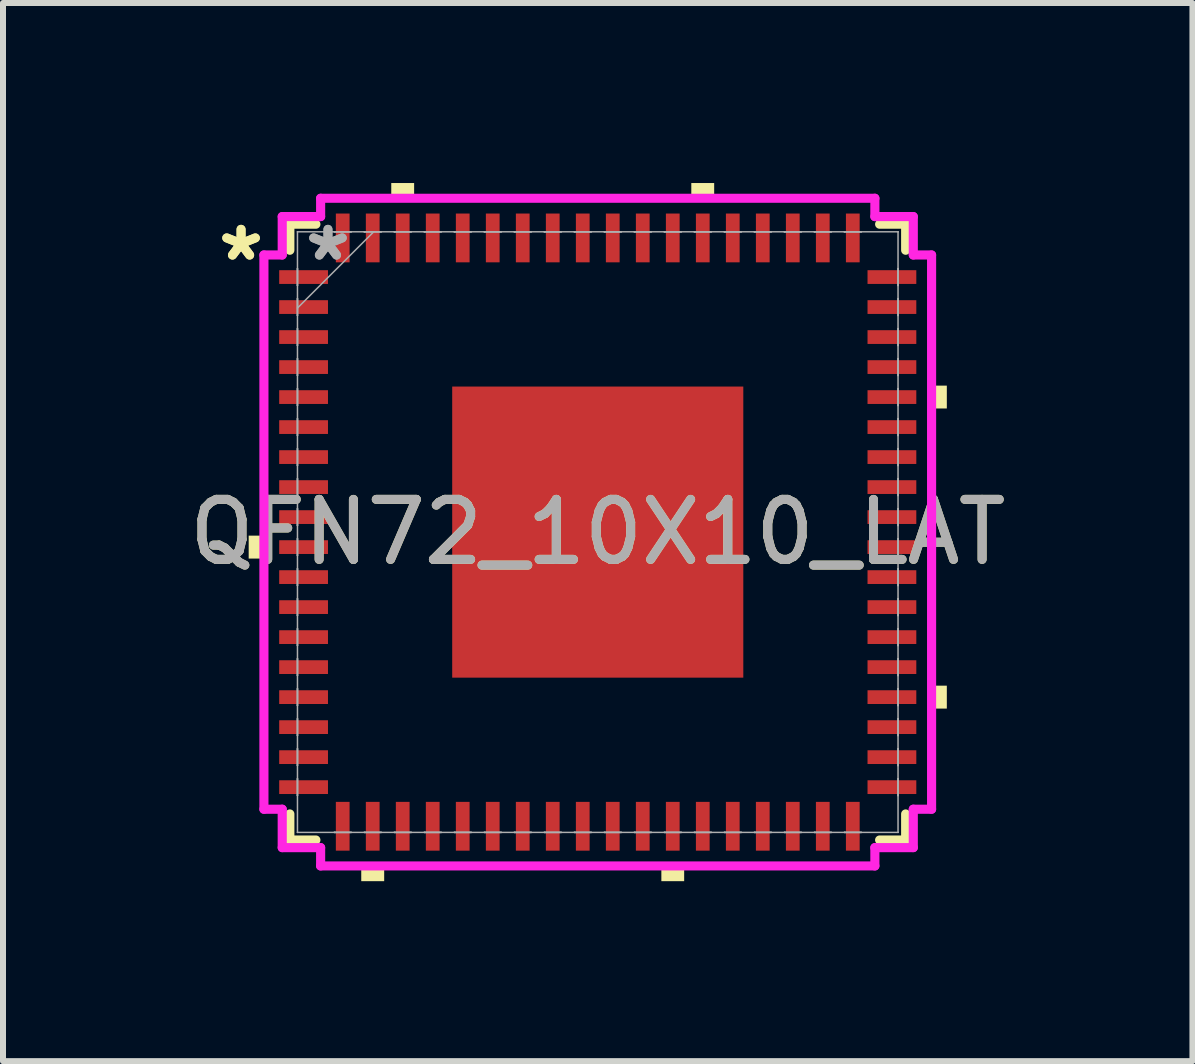
<source format=kicad_pcb>
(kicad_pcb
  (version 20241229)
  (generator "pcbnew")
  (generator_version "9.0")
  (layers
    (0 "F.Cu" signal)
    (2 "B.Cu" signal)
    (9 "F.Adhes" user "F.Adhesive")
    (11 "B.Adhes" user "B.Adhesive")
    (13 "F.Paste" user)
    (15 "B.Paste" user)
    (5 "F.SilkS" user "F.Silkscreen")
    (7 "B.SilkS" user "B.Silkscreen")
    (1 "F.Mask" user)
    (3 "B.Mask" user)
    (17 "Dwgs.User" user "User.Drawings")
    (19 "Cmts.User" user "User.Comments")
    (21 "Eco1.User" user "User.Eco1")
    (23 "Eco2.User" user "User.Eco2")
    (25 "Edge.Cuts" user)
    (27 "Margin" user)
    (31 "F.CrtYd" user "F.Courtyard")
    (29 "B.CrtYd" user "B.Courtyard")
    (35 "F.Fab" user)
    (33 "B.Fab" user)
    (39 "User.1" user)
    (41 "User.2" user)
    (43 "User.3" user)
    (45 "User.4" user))
  (footprint "QFN72_10X10_LAT"
    (layer "F.Cu")
    (at 6.911 5.817)
    (property "Reference" "QFN72_10X10_LAT" (at 0 0 0) (unlocked yes) (layer "F.SilkS") (effects (font (size 1 1) (thickness 0.15))))
    (attr smd)
    (fp_line (start -5.131 -5.131) (end -5.131 -4.697) (stroke (width 0.152) (type solid)) (layer "F.SilkS"))
    (fp_line (start -5.131 4.697) (end -5.131 5.131) (stroke (width 0.152) (type solid)) (layer "F.SilkS"))
    (fp_line (start -5.131 5.131) (end -4.697 5.131) (stroke (width 0.152) (type solid)) (layer "F.SilkS"))
    (fp_line (start -4.697 -5.131) (end -5.131 -5.131) (stroke (width 0.152) (type solid)) (layer "F.SilkS"))
    (fp_line (start 4.697 5.131) (end 5.131 5.131) (stroke (width 0.152) (type solid)) (layer "F.SilkS"))
    (fp_line (start 5.131 -5.131) (end 4.697 -5.131) (stroke (width 0.152) (type solid)) (layer "F.SilkS"))
    (fp_line (start 5.131 -4.697) (end 5.131 -5.131) (stroke (width 0.152) (type solid)) (layer "F.SilkS"))
    (fp_line (start 5.131 5.131) (end 5.131 4.697) (stroke (width 0.152) (type solid)) (layer "F.SilkS"))
    (fp_poly (pts (xy -5.817 0.059) (xy -5.817 0.441) (xy -5.563 0.441) (xy -5.563 0.059)) (stroke (width 0) (type solid)) (fill yes) (layer "F.SilkS"))
    (fp_poly (pts (xy -3.941 5.563) (xy -3.941 5.817) (xy -3.559 5.817) (xy -3.559 5.563)) (stroke (width 0) (type solid)) (fill yes) (layer "F.SilkS"))
    (fp_poly (pts (xy -3.441 -5.563) (xy -3.441 -5.817) (xy -3.06 -5.817) (xy -3.06 -5.563)) (stroke (width 0) (type solid)) (fill yes) (layer "F.SilkS"))
    (fp_poly (pts (xy 1.06 5.563) (xy 1.06 5.817) (xy 1.44 5.817) (xy 1.44 5.563)) (stroke (width 0) (type solid)) (fill yes) (layer "F.SilkS"))
    (fp_poly (pts (xy 1.559 -5.563) (xy 1.559 -5.817) (xy 1.94 -5.817) (xy 1.94 -5.563)) (stroke (width 0) (type solid)) (fill yes) (layer "F.SilkS"))
    (fp_poly (pts (xy 5.817 -2.441) (xy 5.817 -2.06) (xy 5.563 -2.06) (xy 5.563 -2.441)) (stroke (width 0) (type solid)) (fill yes) (layer "F.SilkS"))
    (fp_poly (pts (xy 5.817 2.559) (xy 5.817 2.941) (xy 5.563 2.941) (xy 5.563 2.559)) (stroke (width 0) (type solid)) (fill yes) (layer "F.SilkS"))
    (fp_poly (pts (xy -2.326 -2.326) (xy -2.326 -0.909) (xy -0.909 -0.909) (xy -0.909 -2.326)) (stroke (width 0) (type solid)) (fill yes) (layer "F.Paste"))
    (fp_poly (pts (xy -2.326 -0.709) (xy -2.326 0.709) (xy -0.909 0.709) (xy -0.909 -0.709)) (stroke (width 0) (type solid)) (fill yes) (layer "F.Paste"))
    (fp_poly (pts (xy -2.326 0.909) (xy -2.326 2.326) (xy -0.909 2.326) (xy -0.909 0.909)) (stroke (width 0) (type solid)) (fill yes) (layer "F.Paste"))
    (fp_poly (pts (xy -0.709 -2.326) (xy -0.709 -0.909) (xy 0.709 -0.909) (xy 0.709 -2.326)) (stroke (width 0) (type solid)) (fill yes) (layer "F.Paste"))
    (fp_poly (pts (xy -0.709 -0.709) (xy -0.709 0.709) (xy 0.709 0.709) (xy 0.709 -0.709)) (stroke (width 0) (type solid)) (fill yes) (layer "F.Paste"))
    (fp_poly (pts (xy -0.709 0.909) (xy -0.709 2.326) (xy 0.709 2.326) (xy 0.709 0.909)) (stroke (width 0) (type solid)) (fill yes) (layer "F.Paste"))
    (fp_poly (pts (xy 0.909 -2.326) (xy 0.909 -0.909) (xy 2.326 -0.909) (xy 2.326 -2.326)) (stroke (width 0) (type solid)) (fill yes) (layer "F.Paste"))
    (fp_poly (pts (xy 0.909 -0.709) (xy 0.909 0.709) (xy 2.326 0.709) (xy 2.326 -0.709)) (stroke (width 0) (type solid)) (fill yes) (layer "F.Paste"))
    (fp_poly (pts (xy 0.909 0.909) (xy 0.909 2.326) (xy 2.326 2.326) (xy 2.326 0.909)) (stroke (width 0) (type solid)) (fill yes) (layer "F.Paste"))
    (fp_line (start -5.563 -4.618) (end -5.258 -4.618) (stroke (width 0.152) (type solid)) (layer "F.CrtYd"))
    (fp_line (start -5.563 4.618) (end -5.563 -4.618) (stroke (width 0.152) (type solid)) (layer "F.CrtYd"))
    (fp_line (start -5.258 -5.258) (end -4.618 -5.258) (stroke (width 0.152) (type solid)) (layer "F.CrtYd"))
    (fp_line (start -5.258 -4.618) (end -5.258 -5.258) (stroke (width 0.152) (type solid)) (layer "F.CrtYd"))
    (fp_line (start -5.258 4.618) (end -5.563 4.618) (stroke (width 0.152) (type solid)) (layer "F.CrtYd"))
    (fp_line (start -5.258 5.258) (end -5.258 4.618) (stroke (width 0.152) (type solid)) (layer "F.CrtYd"))
    (fp_line (start -4.618 -5.563) (end 4.618 -5.563) (stroke (width 0.152) (type solid)) (layer "F.CrtYd"))
    (fp_line (start -4.618 -5.258) (end -4.618 -5.563) (stroke (width 0.152) (type solid)) (layer "F.CrtYd"))
    (fp_line (start -4.618 5.258) (end -5.258 5.258) (stroke (width 0.152) (type solid)) (layer "F.CrtYd"))
    (fp_line (start -4.618 5.563) (end -4.618 5.258) (stroke (width 0.152) (type solid)) (layer "F.CrtYd"))
    (fp_line (start 4.618 -5.563) (end 4.618 -5.258) (stroke (width 0.152) (type solid)) (layer "F.CrtYd"))
    (fp_line (start 4.618 -5.258) (end 5.258 -5.258) (stroke (width 0.152) (type solid)) (layer "F.CrtYd"))
    (fp_line (start 4.618 5.258) (end 4.618 5.563) (stroke (width 0.152) (type solid)) (layer "F.CrtYd"))
    (fp_line (start 4.618 5.563) (end -4.618 5.563) (stroke (width 0.152) (type solid)) (layer "F.CrtYd"))
    (fp_line (start 5.258 -5.258) (end 5.258 -4.618) (stroke (width 0.152) (type solid)) (layer "F.CrtYd"))
    (fp_line (start 5.258 -4.618) (end 5.563 -4.618) (stroke (width 0.152) (type solid)) (layer "F.CrtYd"))
    (fp_line (start 5.258 4.618) (end 5.258 5.258) (stroke (width 0.152) (type solid)) (layer "F.CrtYd"))
    (fp_line (start 5.258 5.258) (end 4.618 5.258) (stroke (width 0.152) (type solid)) (layer "F.CrtYd"))
    (fp_line (start 5.563 -4.618) (end 5.563 4.618) (stroke (width 0.152) (type solid)) (layer "F.CrtYd"))
    (fp_line (start 5.563 4.618) (end 5.258 4.618) (stroke (width 0.152) (type solid)) (layer "F.CrtYd"))
    (fp_line (start -5.004 -5.004) (end -5.004 -5.004) (stroke (width 0.025) (type solid)) (layer "F.Fab"))
    (fp_line (start -5.004 -5.004) (end -5.004 5.004) (stroke (width 0.025) (type solid)) (layer "F.Fab"))
    (fp_line (start -5.004 -4.39) (end -5.004 -4.39) (stroke (width 0.025) (type solid)) (layer "F.Fab"))
    (fp_line (start -5.004 -4.39) (end -5.004 -4.11) (stroke (width 0.025) (type solid)) (layer "F.Fab"))
    (fp_line (start -5.004 -4.11) (end -5.004 -4.39) (stroke (width 0.025) (type solid)) (layer "F.Fab"))
    (fp_line (start -5.004 -4.11) (end -5.004 -4.11) (stroke (width 0.025) (type solid)) (layer "F.Fab"))
    (fp_line (start -5.004 -3.89) (end -5.004 -3.89) (stroke (width 0.025) (type solid)) (layer "F.Fab"))
    (fp_line (start -5.004 -3.89) (end -5.004 -3.61) (stroke (width 0.025) (type solid)) (layer "F.Fab"))
    (fp_line (start -5.004 -3.734) (end -3.734 -5.004) (stroke (width 0.025) (type solid)) (layer "F.Fab"))
    (fp_line (start -5.004 -3.61) (end -5.004 -3.89) (stroke (width 0.025) (type solid)) (layer "F.Fab"))
    (fp_line (start -5.004 -3.61) (end -5.004 -3.61) (stroke (width 0.025) (type solid)) (layer "F.Fab"))
    (fp_line (start -5.004 -3.39) (end -5.004 -3.39) (stroke (width 0.025) (type solid)) (layer "F.Fab"))
    (fp_line (start -5.004 -3.39) (end -5.004 -3.11) (stroke (width 0.025) (type solid)) (layer "F.Fab"))
    (fp_line (start -5.004 -3.11) (end -5.004 -3.39) (stroke (width 0.025) (type solid)) (layer "F.Fab"))
    (fp_line (start -5.004 -3.11) (end -5.004 -3.11) (stroke (width 0.025) (type solid)) (layer "F.Fab"))
    (fp_line (start -5.004 -2.89) (end -5.004 -2.89) (stroke (width 0.025) (type solid)) (layer "F.Fab"))
    (fp_line (start -5.004 -2.89) (end -5.004 -2.61) (stroke (width 0.025) (type solid)) (layer "F.Fab"))
    (fp_line (start -5.004 -2.61) (end -5.004 -2.89) (stroke (width 0.025) (type solid)) (layer "F.Fab"))
    (fp_line (start -5.004 -2.61) (end -5.004 -2.61) (stroke (width 0.025) (type solid)) (layer "F.Fab"))
    (fp_line (start -5.004 -2.39) (end -5.004 -2.39) (stroke (width 0.025) (type solid)) (layer "F.Fab"))
    (fp_line (start -5.004 -2.39) (end -5.004 -2.11) (stroke (width 0.025) (type solid)) (layer "F.Fab"))
    (fp_line (start -5.004 -2.11) (end -5.004 -2.39) (stroke (width 0.025) (type solid)) (layer "F.Fab"))
    (fp_line (start -5.004 -2.11) (end -5.004 -2.11) (stroke (width 0.025) (type solid)) (layer "F.Fab"))
    (fp_line (start -5.004 -1.89) (end -5.004 -1.89) (stroke (width 0.025) (type solid)) (layer "F.Fab"))
    (fp_line (start -5.004 -1.89) (end -5.004 -1.61) (stroke (width 0.025) (type solid)) (layer "F.Fab"))
    (fp_line (start -5.004 -1.61) (end -5.004 -1.89) (stroke (width 0.025) (type solid)) (layer "F.Fab"))
    (fp_line (start -5.004 -1.61) (end -5.004 -1.61) (stroke (width 0.025) (type solid)) (layer "F.Fab"))
    (fp_line (start -5.004 -1.39) (end -5.004 -1.39) (stroke (width 0.025) (type solid)) (layer "F.Fab"))
    (fp_line (start -5.004 -1.39) (end -5.004 -1.11) (stroke (width 0.025) (type solid)) (layer "F.Fab"))
    (fp_line (start -5.004 -1.11) (end -5.004 -1.39) (stroke (width 0.025) (type solid)) (layer "F.Fab"))
    (fp_line (start -5.004 -1.11) (end -5.004 -1.11) (stroke (width 0.025) (type solid)) (layer "F.Fab"))
    (fp_line (start -5.004 -0.89) (end -5.004 -0.89) (stroke (width 0.025) (type solid)) (layer "F.Fab"))
    (fp_line (start -5.004 -0.89) (end -5.004 -0.61) (stroke (width 0.025) (type solid)) (layer "F.Fab"))
    (fp_line (start -5.004 -0.61) (end -5.004 -0.89) (stroke (width 0.025) (type solid)) (layer "F.Fab"))
    (fp_line (start -5.004 -0.61) (end -5.004 -0.61) (stroke (width 0.025) (type solid)) (layer "F.Fab"))
    (fp_line (start -5.004 -0.39) (end -5.004 -0.39) (stroke (width 0.025) (type solid)) (layer "F.Fab"))
    (fp_line (start -5.004 -0.39) (end -5.004 -0.11) (stroke (width 0.025) (type solid)) (layer "F.Fab"))
    (fp_line (start -5.004 -0.11) (end -5.004 -0.39) (stroke (width 0.025) (type solid)) (layer "F.Fab"))
    (fp_line (start -5.004 -0.11) (end -5.004 -0.11) (stroke (width 0.025) (type solid)) (layer "F.Fab"))
    (fp_line (start -5.004 0.11) (end -5.004 0.11) (stroke (width 0.025) (type solid)) (layer "F.Fab"))
    (fp_line (start -5.004 0.11) (end -5.004 0.39) (stroke (width 0.025) (type solid)) (layer "F.Fab"))
    (fp_line (start -5.004 0.39) (end -5.004 0.11) (stroke (width 0.025) (type solid)) (layer "F.Fab"))
    (fp_line (start -5.004 0.39) (end -5.004 0.39) (stroke (width 0.025) (type solid)) (layer "F.Fab"))
    (fp_line (start -5.004 0.61) (end -5.004 0.61) (stroke (width 0.025) (type solid)) (layer "F.Fab"))
    (fp_line (start -5.004 0.61) (end -5.004 0.89) (stroke (width 0.025) (type solid)) (layer "F.Fab"))
    (fp_line (start -5.004 0.89) (end -5.004 0.61) (stroke (width 0.025) (type solid)) (layer "F.Fab"))
    (fp_line (start -5.004 0.89) (end -5.004 0.89) (stroke (width 0.025) (type solid)) (layer "F.Fab"))
    (fp_line (start -5.004 1.11) (end -5.004 1.11) (stroke (width 0.025) (type solid)) (layer "F.Fab"))
    (fp_line (start -5.004 1.11) (end -5.004 1.39) (stroke (width 0.025) (type solid)) (layer "F.Fab"))
    (fp_line (start -5.004 1.39) (end -5.004 1.11) (stroke (width 0.025) (type solid)) (layer "F.Fab"))
    (fp_line (start -5.004 1.39) (end -5.004 1.39) (stroke (width 0.025) (type solid)) (layer "F.Fab"))
    (fp_line (start -5.004 1.61) (end -5.004 1.61) (stroke (width 0.025) (type solid)) (layer "F.Fab"))
    (fp_line (start -5.004 1.61) (end -5.004 1.89) (stroke (width 0.025) (type solid)) (layer "F.Fab"))
    (fp_line (start -5.004 1.89) (end -5.004 1.61) (stroke (width 0.025) (type solid)) (layer "F.Fab"))
    (fp_line (start -5.004 1.89) (end -5.004 1.89) (stroke (width 0.025) (type solid)) (layer "F.Fab"))
    (fp_line (start -5.004 2.11) (end -5.004 2.11) (stroke (width 0.025) (type solid)) (layer "F.Fab"))
    (fp_line (start -5.004 2.11) (end -5.004 2.39) (stroke (width 0.025) (type solid)) (layer "F.Fab"))
    (fp_line (start -5.004 2.39) (end -5.004 2.11) (stroke (width 0.025) (type solid)) (layer "F.Fab"))
    (fp_line (start -5.004 2.39) (end -5.004 2.39) (stroke (width 0.025) (type solid)) (layer "F.Fab"))
    (fp_line (start -5.004 2.61) (end -5.004 2.61) (stroke (width 0.025) (type solid)) (layer "F.Fab"))
    (fp_line (start -5.004 2.61) (end -5.004 2.89) (stroke (width 0.025) (type solid)) (layer "F.Fab"))
    (fp_line (start -5.004 2.89) (end -5.004 2.61) (stroke (width 0.025) (type solid)) (layer "F.Fab"))
    (fp_line (start -5.004 2.89) (end -5.004 2.89) (stroke (width 0.025) (type solid)) (layer "F.Fab"))
    (fp_line (start -5.004 3.11) (end -5.004 3.11) (stroke (width 0.025) (type solid)) (layer "F.Fab"))
    (fp_line (start -5.004 3.11) (end -5.004 3.39) (stroke (width 0.025) (type solid)) (layer "F.Fab"))
    (fp_line (start -5.004 3.39) (end -5.004 3.11) (stroke (width 0.025) (type solid)) (layer "F.Fab"))
    (fp_line (start -5.004 3.39) (end -5.004 3.39) (stroke (width 0.025) (type solid)) (layer "F.Fab"))
    (fp_line (start -5.004 3.61) (end -5.004 3.61) (stroke (width 0.025) (type solid)) (layer "F.Fab"))
    (fp_line (start -5.004 3.61) (end -5.004 3.89) (stroke (width 0.025) (type solid)) (layer "F.Fab"))
    (fp_line (start -5.004 3.89) (end -5.004 3.61) (stroke (width 0.025) (type solid)) (layer "F.Fab"))
    (fp_line (start -5.004 3.89) (end -5.004 3.89) (stroke (width 0.025) (type solid)) (layer "F.Fab"))
    (fp_line (start -5.004 4.11) (end -5.004 4.11) (stroke (width 0.025) (type solid)) (layer "F.Fab"))
    (fp_line (start -5.004 4.11) (end -5.004 4.39) (stroke (width 0.025) (type solid)) (layer "F.Fab"))
    (fp_line (start -5.004 4.39) (end -5.004 4.11) (stroke (width 0.025) (type solid)) (layer "F.Fab"))
    (fp_line (start -5.004 4.39) (end -5.004 4.39) (stroke (width 0.025) (type solid)) (layer "F.Fab"))
    (fp_line (start -5.004 5.004) (end -5.004 5.004) (stroke (width 0.025) (type solid)) (layer "F.Fab"))
    (fp_line (start -5.004 5.004) (end 5.004 5.004) (stroke (width 0.025) (type solid)) (layer "F.Fab"))
    (fp_line (start -4.39 -5.004) (end -4.39 -5.004) (stroke (width 0.025) (type solid)) (layer "F.Fab"))
    (fp_line (start -4.39 -5.004) (end -4.11 -5.004) (stroke (width 0.025) (type solid)) (layer "F.Fab"))
    (fp_line (start -4.39 5.004) (end -4.39 5.004) (stroke (width 0.025) (type solid)) (layer "F.Fab"))
    (fp_line (start -4.39 5.004) (end -4.11 5.004) (stroke (width 0.025) (type solid)) (layer "F.Fab"))
    (fp_line (start -4.11 -5.004) (end -4.39 -5.004) (stroke (width 0.025) (type solid)) (layer "F.Fab"))
    (fp_line (start -4.11 -5.004) (end -4.11 -5.004) (stroke (width 0.025) (type solid)) (layer "F.Fab"))
    (fp_line (start -4.11 5.004) (end -4.39 5.004) (stroke (width 0.025) (type solid)) (layer "F.Fab"))
    (fp_line (start -4.11 5.004) (end -4.11 5.004) (stroke (width 0.025) (type solid)) (layer "F.Fab"))
    (fp_line (start -3.89 -5.004) (end -3.89 -5.004) (stroke (width 0.025) (type solid)) (layer "F.Fab"))
    (fp_line (start -3.89 -5.004) (end -3.61 -5.004) (stroke (width 0.025) (type solid)) (layer "F.Fab"))
    (fp_line (start -3.89 5.004) (end -3.89 5.004) (stroke (width 0.025) (type solid)) (layer "F.Fab"))
    (fp_line (start -3.89 5.004) (end -3.61 5.004) (stroke (width 0.025) (type solid)) (layer "F.Fab"))
    (fp_line (start -3.61 -5.004) (end -3.89 -5.004) (stroke (width 0.025) (type solid)) (layer "F.Fab"))
    (fp_line (start -3.61 -5.004) (end -3.61 -5.004) (stroke (width 0.025) (type solid)) (layer "F.Fab"))
    (fp_line (start -3.61 5.004) (end -3.89 5.004) (stroke (width 0.025) (type solid)) (layer "F.Fab"))
    (fp_line (start -3.61 5.004) (end -3.61 5.004) (stroke (width 0.025) (type solid)) (layer "F.Fab"))
    (fp_line (start -3.39 -5.004) (end -3.39 -5.004) (stroke (width 0.025) (type solid)) (layer "F.Fab"))
    (fp_line (start -3.39 -5.004) (end -3.11 -5.004) (stroke (width 0.025) (type solid)) (layer "F.Fab"))
    (fp_line (start -3.39 5.004) (end -3.39 5.004) (stroke (width 0.025) (type solid)) (layer "F.Fab"))
    (fp_line (start -3.39 5.004) (end -3.11 5.004) (stroke (width 0.025) (type solid)) (layer "F.Fab"))
    (fp_line (start -3.11 -5.004) (end -3.39 -5.004) (stroke (width 0.025) (type solid)) (layer "F.Fab"))
    (fp_line (start -3.11 -5.004) (end -3.11 -5.004) (stroke (width 0.025) (type solid)) (layer "F.Fab"))
    (fp_line (start -3.11 5.004) (end -3.39 5.004) (stroke (width 0.025) (type solid)) (layer "F.Fab"))
    (fp_line (start -3.11 5.004) (end -3.11 5.004) (stroke (width 0.025) (type solid)) (layer "F.Fab"))
    (fp_line (start -2.89 -5.004) (end -2.89 -5.004) (stroke (width 0.025) (type solid)) (layer "F.Fab"))
    (fp_line (start -2.89 -5.004) (end -2.61 -5.004) (stroke (width 0.025) (type solid)) (layer "F.Fab"))
    (fp_line (start -2.89 5.004) (end -2.89 5.004) (stroke (width 0.025) (type solid)) (layer "F.Fab"))
    (fp_line (start -2.89 5.004) (end -2.61 5.004) (stroke (width 0.025) (type solid)) (layer "F.Fab"))
    (fp_line (start -2.61 -5.004) (end -2.89 -5.004) (stroke (width 0.025) (type solid)) (layer "F.Fab"))
    (fp_line (start -2.61 -5.004) (end -2.61 -5.004) (stroke (width 0.025) (type solid)) (layer "F.Fab"))
    (fp_line (start -2.61 5.004) (end -2.89 5.004) (stroke (width 0.025) (type solid)) (layer "F.Fab"))
    (fp_line (start -2.61 5.004) (end -2.61 5.004) (stroke (width 0.025) (type solid)) (layer "F.Fab"))
    (fp_line (start -2.39 -5.004) (end -2.39 -5.004) (stroke (width 0.025) (type solid)) (layer "F.Fab"))
    (fp_line (start -2.39 -5.004) (end -2.11 -5.004) (stroke (width 0.025) (type solid)) (layer "F.Fab"))
    (fp_line (start -2.39 5.004) (end -2.39 5.004) (stroke (width 0.025) (type solid)) (layer "F.Fab"))
    (fp_line (start -2.39 5.004) (end -2.11 5.004) (stroke (width 0.025) (type solid)) (layer "F.Fab"))
    (fp_line (start -2.11 -5.004) (end -2.39 -5.004) (stroke (width 0.025) (type solid)) (layer "F.Fab"))
    (fp_line (start -2.11 -5.004) (end -2.11 -5.004) (stroke (width 0.025) (type solid)) (layer "F.Fab"))
    (fp_line (start -2.11 5.004) (end -2.39 5.004) (stroke (width 0.025) (type solid)) (layer "F.Fab"))
    (fp_line (start -2.11 5.004) (end -2.11 5.004) (stroke (width 0.025) (type solid)) (layer "F.Fab"))
    (fp_line (start -1.89 -5.004) (end -1.89 -5.004) (stroke (width 0.025) (type solid)) (layer "F.Fab"))
    (fp_line (start -1.89 -5.004) (end -1.61 -5.004) (stroke (width 0.025) (type solid)) (layer "F.Fab"))
    (fp_line (start -1.89 5.004) (end -1.89 5.004) (stroke (width 0.025) (type solid)) (layer "F.Fab"))
    (fp_line (start -1.89 5.004) (end -1.61 5.004) (stroke (width 0.025) (type solid)) (layer "F.Fab"))
    (fp_line (start -1.61 -5.004) (end -1.89 -5.004) (stroke (width 0.025) (type solid)) (layer "F.Fab"))
    (fp_line (start -1.61 -5.004) (end -1.61 -5.004) (stroke (width 0.025) (type solid)) (layer "F.Fab"))
    (fp_line (start -1.61 5.004) (end -1.89 5.004) (stroke (width 0.025) (type solid)) (layer "F.Fab"))
    (fp_line (start -1.61 5.004) (end -1.61 5.004) (stroke (width 0.025) (type solid)) (layer "F.Fab"))
    (fp_line (start -1.39 -5.004) (end -1.39 -5.004) (stroke (width 0.025) (type solid)) (layer "F.Fab"))
    (fp_line (start -1.39 -5.004) (end -1.11 -5.004) (stroke (width 0.025) (type solid)) (layer "F.Fab"))
    (fp_line (start -1.39 5.004) (end -1.39 5.004) (stroke (width 0.025) (type solid)) (layer "F.Fab"))
    (fp_line (start -1.39 5.004) (end -1.11 5.004) (stroke (width 0.025) (type solid)) (layer "F.Fab"))
    (fp_line (start -1.11 -5.004) (end -1.39 -5.004) (stroke (width 0.025) (type solid)) (layer "F.Fab"))
    (fp_line (start -1.11 -5.004) (end -1.11 -5.004) (stroke (width 0.025) (type solid)) (layer "F.Fab"))
    (fp_line (start -1.11 5.004) (end -1.39 5.004) (stroke (width 0.025) (type solid)) (layer "F.Fab"))
    (fp_line (start -1.11 5.004) (end -1.11 5.004) (stroke (width 0.025) (type solid)) (layer "F.Fab"))
    (fp_line (start -0.89 -5.004) (end -0.89 -5.004) (stroke (width 0.025) (type solid)) (layer "F.Fab"))
    (fp_line (start -0.89 -5.004) (end -0.61 -5.004) (stroke (width 0.025) (type solid)) (layer "F.Fab"))
    (fp_line (start -0.89 5.004) (end -0.89 5.004) (stroke (width 0.025) (type solid)) (layer "F.Fab"))
    (fp_line (start -0.89 5.004) (end -0.61 5.004) (stroke (width 0.025) (type solid)) (layer "F.Fab"))
    (fp_line (start -0.61 -5.004) (end -0.89 -5.004) (stroke (width 0.025) (type solid)) (layer "F.Fab"))
    (fp_line (start -0.61 -5.004) (end -0.61 -5.004) (stroke (width 0.025) (type solid)) (layer "F.Fab"))
    (fp_line (start -0.61 5.004) (end -0.89 5.004) (stroke (width 0.025) (type solid)) (layer "F.Fab"))
    (fp_line (start -0.61 5.004) (end -0.61 5.004) (stroke (width 0.025) (type solid)) (layer "F.Fab"))
    (fp_line (start -0.39 -5.004) (end -0.39 -5.004) (stroke (width 0.025) (type solid)) (layer "F.Fab"))
    (fp_line (start -0.39 -5.004) (end -0.11 -5.004) (stroke (width 0.025) (type solid)) (layer "F.Fab"))
    (fp_line (start -0.39 5.004) (end -0.39 5.004) (stroke (width 0.025) (type solid)) (layer "F.Fab"))
    (fp_line (start -0.39 5.004) (end -0.11 5.004) (stroke (width 0.025) (type solid)) (layer "F.Fab"))
    (fp_line (start -0.11 -5.004) (end -0.39 -5.004) (stroke (width 0.025) (type solid)) (layer "F.Fab"))
    (fp_line (start -0.11 -5.004) (end -0.11 -5.004) (stroke (width 0.025) (type solid)) (layer "F.Fab"))
    (fp_line (start -0.11 5.004) (end -0.39 5.004) (stroke (width 0.025) (type solid)) (layer "F.Fab"))
    (fp_line (start -0.11 5.004) (end -0.11 5.004) (stroke (width 0.025) (type solid)) (layer "F.Fab"))
    (fp_line (start 0.11 -5.004) (end 0.11 -5.004) (stroke (width 0.025) (type solid)) (layer "F.Fab"))
    (fp_line (start 0.11 -5.004) (end 0.39 -5.004) (stroke (width 0.025) (type solid)) (layer "F.Fab"))
    (fp_line (start 0.11 5.004) (end 0.11 5.004) (stroke (width 0.025) (type solid)) (layer "F.Fab"))
    (fp_line (start 0.11 5.004) (end 0.39 5.004) (stroke (width 0.025) (type solid)) (layer "F.Fab"))
    (fp_line (start 0.39 -5.004) (end 0.11 -5.004) (stroke (width 0.025) (type solid)) (layer "F.Fab"))
    (fp_line (start 0.39 -5.004) (end 0.39 -5.004) (stroke (width 0.025) (type solid)) (layer "F.Fab"))
    (fp_line (start 0.39 5.004) (end 0.11 5.004) (stroke (width 0.025) (type solid)) (layer "F.Fab"))
    (fp_line (start 0.39 5.004) (end 0.39 5.004) (stroke (width 0.025) (type solid)) (layer "F.Fab"))
    (fp_line (start 0.61 -5.004) (end 0.61 -5.004) (stroke (width 0.025) (type solid)) (layer "F.Fab"))
    (fp_line (start 0.61 -5.004) (end 0.89 -5.004) (stroke (width 0.025) (type solid)) (layer "F.Fab"))
    (fp_line (start 0.61 5.004) (end 0.61 5.004) (stroke (width 0.025) (type solid)) (layer "F.Fab"))
    (fp_line (start 0.61 5.004) (end 0.89 5.004) (stroke (width 0.025) (type solid)) (layer "F.Fab"))
    (fp_line (start 0.89 -5.004) (end 0.61 -5.004) (stroke (width 0.025) (type solid)) (layer "F.Fab"))
    (fp_line (start 0.89 -5.004) (end 0.89 -5.004) (stroke (width 0.025) (type solid)) (layer "F.Fab"))
    (fp_line (start 0.89 5.004) (end 0.61 5.004) (stroke (width 0.025) (type solid)) (layer "F.Fab"))
    (fp_line (start 0.89 5.004) (end 0.89 5.004) (stroke (width 0.025) (type solid)) (layer "F.Fab"))
    (fp_line (start 1.11 -5.004) (end 1.11 -5.004) (stroke (width 0.025) (type solid)) (layer "F.Fab"))
    (fp_line (start 1.11 -5.004) (end 1.39 -5.004) (stroke (width 0.025) (type solid)) (layer "F.Fab"))
    (fp_line (start 1.11 5.004) (end 1.11 5.004) (stroke (width 0.025) (type solid)) (layer "F.Fab"))
    (fp_line (start 1.11 5.004) (end 1.39 5.004) (stroke (width 0.025) (type solid)) (layer "F.Fab"))
    (fp_line (start 1.39 -5.004) (end 1.11 -5.004) (stroke (width 0.025) (type solid)) (layer "F.Fab"))
    (fp_line (start 1.39 -5.004) (end 1.39 -5.004) (stroke (width 0.025) (type solid)) (layer "F.Fab"))
    (fp_line (start 1.39 5.004) (end 1.11 5.004) (stroke (width 0.025) (type solid)) (layer "F.Fab"))
    (fp_line (start 1.39 5.004) (end 1.39 5.004) (stroke (width 0.025) (type solid)) (layer "F.Fab"))
    (fp_line (start 1.61 -5.004) (end 1.61 -5.004) (stroke (width 0.025) (type solid)) (layer "F.Fab"))
    (fp_line (start 1.61 -5.004) (end 1.89 -5.004) (stroke (width 0.025) (type solid)) (layer "F.Fab"))
    (fp_line (start 1.61 5.004) (end 1.61 5.004) (stroke (width 0.025) (type solid)) (layer "F.Fab"))
    (fp_line (start 1.61 5.004) (end 1.89 5.004) (stroke (width 0.025) (type solid)) (layer "F.Fab"))
    (fp_line (start 1.89 -5.004) (end 1.61 -5.004) (stroke (width 0.025) (type solid)) (layer "F.Fab"))
    (fp_line (start 1.89 -5.004) (end 1.89 -5.004) (stroke (width 0.025) (type solid)) (layer "F.Fab"))
    (fp_line (start 1.89 5.004) (end 1.61 5.004) (stroke (width 0.025) (type solid)) (layer "F.Fab"))
    (fp_line (start 1.89 5.004) (end 1.89 5.004) (stroke (width 0.025) (type solid)) (layer "F.Fab"))
    (fp_line (start 2.11 -5.004) (end 2.11 -5.004) (stroke (width 0.025) (type solid)) (layer "F.Fab"))
    (fp_line (start 2.11 -5.004) (end 2.39 -5.004) (stroke (width 0.025) (type solid)) (layer "F.Fab"))
    (fp_line (start 2.11 5.004) (end 2.11 5.004) (stroke (width 0.025) (type solid)) (layer "F.Fab"))
    (fp_line (start 2.11 5.004) (end 2.39 5.004) (stroke (width 0.025) (type solid)) (layer "F.Fab"))
    (fp_line (start 2.39 -5.004) (end 2.11 -5.004) (stroke (width 0.025) (type solid)) (layer "F.Fab"))
    (fp_line (start 2.39 -5.004) (end 2.39 -5.004) (stroke (width 0.025) (type solid)) (layer "F.Fab"))
    (fp_line (start 2.39 5.004) (end 2.11 5.004) (stroke (width 0.025) (type solid)) (layer "F.Fab"))
    (fp_line (start 2.39 5.004) (end 2.39 5.004) (stroke (width 0.025) (type solid)) (layer "F.Fab"))
    (fp_line (start 2.61 -5.004) (end 2.61 -5.004) (stroke (width 0.025) (type solid)) (layer "F.Fab"))
    (fp_line (start 2.61 -5.004) (end 2.89 -5.004) (stroke (width 0.025) (type solid)) (layer "F.Fab"))
    (fp_line (start 2.61 5.004) (end 2.61 5.004) (stroke (width 0.025) (type solid)) (layer "F.Fab"))
    (fp_line (start 2.61 5.004) (end 2.89 5.004) (stroke (width 0.025) (type solid)) (layer "F.Fab"))
    (fp_line (start 2.89 -5.004) (end 2.61 -5.004) (stroke (width 0.025) (type solid)) (layer "F.Fab"))
    (fp_line (start 2.89 -5.004) (end 2.89 -5.004) (stroke (width 0.025) (type solid)) (layer "F.Fab"))
    (fp_line (start 2.89 5.004) (end 2.61 5.004) (stroke (width 0.025) (type solid)) (layer "F.Fab"))
    (fp_line (start 2.89 5.004) (end 2.89 5.004) (stroke (width 0.025) (type solid)) (layer "F.Fab"))
    (fp_line (start 3.11 -5.004) (end 3.11 -5.004) (stroke (width 0.025) (type solid)) (layer "F.Fab"))
    (fp_line (start 3.11 -5.004) (end 3.39 -5.004) (stroke (width 0.025) (type solid)) (layer "F.Fab"))
    (fp_line (start 3.11 5.004) (end 3.11 5.004) (stroke (width 0.025) (type solid)) (layer "F.Fab"))
    (fp_line (start 3.11 5.004) (end 3.39 5.004) (stroke (width 0.025) (type solid)) (layer "F.Fab"))
    (fp_line (start 3.39 -5.004) (end 3.11 -5.004) (stroke (width 0.025) (type solid)) (layer "F.Fab"))
    (fp_line (start 3.39 -5.004) (end 3.39 -5.004) (stroke (width 0.025) (type solid)) (layer "F.Fab"))
    (fp_line (start 3.39 5.004) (end 3.11 5.004) (stroke (width 0.025) (type solid)) (layer "F.Fab"))
    (fp_line (start 3.39 5.004) (end 3.39 5.004) (stroke (width 0.025) (type solid)) (layer "F.Fab"))
    (fp_line (start 3.61 -5.004) (end 3.61 -5.004) (stroke (width 0.025) (type solid)) (layer "F.Fab"))
    (fp_line (start 3.61 -5.004) (end 3.89 -5.004) (stroke (width 0.025) (type solid)) (layer "F.Fab"))
    (fp_line (start 3.61 5.004) (end 3.61 5.004) (stroke (width 0.025) (type solid)) (layer "F.Fab"))
    (fp_line (start 3.61 5.004) (end 3.89 5.004) (stroke (width 0.025) (type solid)) (layer "F.Fab"))
    (fp_line (start 3.89 -5.004) (end 3.61 -5.004) (stroke (width 0.025) (type solid)) (layer "F.Fab"))
    (fp_line (start 3.89 -5.004) (end 3.89 -5.004) (stroke (width 0.025) (type solid)) (layer "F.Fab"))
    (fp_line (start 3.89 5.004) (end 3.61 5.004) (stroke (width 0.025) (type solid)) (layer "F.Fab"))
    (fp_line (start 3.89 5.004) (end 3.89 5.004) (stroke (width 0.025) (type solid)) (layer "F.Fab"))
    (fp_line (start 4.11 -5.004) (end 4.11 -5.004) (stroke (width 0.025) (type solid)) (layer "F.Fab"))
    (fp_line (start 4.11 -5.004) (end 4.39 -5.004) (stroke (width 0.025) (type solid)) (layer "F.Fab"))
    (fp_line (start 4.11 5.004) (end 4.11 5.004) (stroke (width 0.025) (type solid)) (layer "F.Fab"))
    (fp_line (start 4.11 5.004) (end 4.39 5.004) (stroke (width 0.025) (type solid)) (layer "F.Fab"))
    (fp_line (start 4.39 -5.004) (end 4.11 -5.004) (stroke (width 0.025) (type solid)) (layer "F.Fab"))
    (fp_line (start 4.39 -5.004) (end 4.39 -5.004) (stroke (width 0.025) (type solid)) (layer "F.Fab"))
    (fp_line (start 4.39 5.004) (end 4.11 5.004) (stroke (width 0.025) (type solid)) (layer "F.Fab"))
    (fp_line (start 4.39 5.004) (end 4.39 5.004) (stroke (width 0.025) (type solid)) (layer "F.Fab"))
    (fp_line (start 5.004 -5.004) (end -5.004 -5.004) (stroke (width 0.025) (type solid)) (layer "F.Fab"))
    (fp_line (start 5.004 -5.004) (end 5.004 -5.004) (stroke (width 0.025) (type solid)) (layer "F.Fab"))
    (fp_line (start 5.004 -4.39) (end 5.004 -4.39) (stroke (width 0.025) (type solid)) (layer "F.Fab"))
    (fp_line (start 5.004 -4.39) (end 5.004 -4.11) (stroke (width 0.025) (type solid)) (layer "F.Fab"))
    (fp_line (start 5.004 -4.11) (end 5.004 -4.39) (stroke (width 0.025) (type solid)) (layer "F.Fab"))
    (fp_line (start 5.004 -4.11) (end 5.004 -4.11) (stroke (width 0.025) (type solid)) (layer "F.Fab"))
    (fp_line (start 5.004 -3.89) (end 5.004 -3.89) (stroke (width 0.025) (type solid)) (layer "F.Fab"))
    (fp_line (start 5.004 -3.89) (end 5.004 -3.61) (stroke (width 0.025) (type solid)) (layer "F.Fab"))
    (fp_line (start 5.004 -3.61) (end 5.004 -3.89) (stroke (width 0.025) (type solid)) (layer "F.Fab"))
    (fp_line (start 5.004 -3.61) (end 5.004 -3.61) (stroke (width 0.025) (type solid)) (layer "F.Fab"))
    (fp_line (start 5.004 -3.39) (end 5.004 -3.39) (stroke (width 0.025) (type solid)) (layer "F.Fab"))
    (fp_line (start 5.004 -3.39) (end 5.004 -3.11) (stroke (width 0.025) (type solid)) (layer "F.Fab"))
    (fp_line (start 5.004 -3.11) (end 5.004 -3.39) (stroke (width 0.025) (type solid)) (layer "F.Fab"))
    (fp_line (start 5.004 -3.11) (end 5.004 -3.11) (stroke (width 0.025) (type solid)) (layer "F.Fab"))
    (fp_line (start 5.004 -2.89) (end 5.004 -2.89) (stroke (width 0.025) (type solid)) (layer "F.Fab"))
    (fp_line (start 5.004 -2.89) (end 5.004 -2.61) (stroke (width 0.025) (type solid)) (layer "F.Fab"))
    (fp_line (start 5.004 -2.61) (end 5.004 -2.89) (stroke (width 0.025) (type solid)) (layer "F.Fab"))
    (fp_line (start 5.004 -2.61) (end 5.004 -2.61) (stroke (width 0.025) (type solid)) (layer "F.Fab"))
    (fp_line (start 5.004 -2.39) (end 5.004 -2.39) (stroke (width 0.025) (type solid)) (layer "F.Fab"))
    (fp_line (start 5.004 -2.39) (end 5.004 -2.11) (stroke (width 0.025) (type solid)) (layer "F.Fab"))
    (fp_line (start 5.004 -2.11) (end 5.004 -2.39) (stroke (width 0.025) (type solid)) (layer "F.Fab"))
    (fp_line (start 5.004 -2.11) (end 5.004 -2.11) (stroke (width 0.025) (type solid)) (layer "F.Fab"))
    (fp_line (start 5.004 -1.89) (end 5.004 -1.89) (stroke (width 0.025) (type solid)) (layer "F.Fab"))
    (fp_line (start 5.004 -1.89) (end 5.004 -1.61) (stroke (width 0.025) (type solid)) (layer "F.Fab"))
    (fp_line (start 5.004 -1.61) (end 5.004 -1.89) (stroke (width 0.025) (type solid)) (layer "F.Fab"))
    (fp_line (start 5.004 -1.61) (end 5.004 -1.61) (stroke (width 0.025) (type solid)) (layer "F.Fab"))
    (fp_line (start 5.004 -1.39) (end 5.004 -1.39) (stroke (width 0.025) (type solid)) (layer "F.Fab"))
    (fp_line (start 5.004 -1.39) (end 5.004 -1.11) (stroke (width 0.025) (type solid)) (layer "F.Fab"))
    (fp_line (start 5.004 -1.11) (end 5.004 -1.39) (stroke (width 0.025) (type solid)) (layer "F.Fab"))
    (fp_line (start 5.004 -1.11) (end 5.004 -1.11) (stroke (width 0.025) (type solid)) (layer "F.Fab"))
    (fp_line (start 5.004 -0.89) (end 5.004 -0.89) (stroke (width 0.025) (type solid)) (layer "F.Fab"))
    (fp_line (start 5.004 -0.89) (end 5.004 -0.61) (stroke (width 0.025) (type solid)) (layer "F.Fab"))
    (fp_line (start 5.004 -0.61) (end 5.004 -0.89) (stroke (width 0.025) (type solid)) (layer "F.Fab"))
    (fp_line (start 5.004 -0.61) (end 5.004 -0.61) (stroke (width 0.025) (type solid)) (layer "F.Fab"))
    (fp_line (start 5.004 -0.39) (end 5.004 -0.39) (stroke (width 0.025) (type solid)) (layer "F.Fab"))
    (fp_line (start 5.004 -0.39) (end 5.004 -0.11) (stroke (width 0.025) (type solid)) (layer "F.Fab"))
    (fp_line (start 5.004 -0.11) (end 5.004 -0.39) (stroke (width 0.025) (type solid)) (layer "F.Fab"))
    (fp_line (start 5.004 -0.11) (end 5.004 -0.11) (stroke (width 0.025) (type solid)) (layer "F.Fab"))
    (fp_line (start 5.004 0.11) (end 5.004 0.11) (stroke (width 0.025) (type solid)) (layer "F.Fab"))
    (fp_line (start 5.004 0.11) (end 5.004 0.39) (stroke (width 0.025) (type solid)) (layer "F.Fab"))
    (fp_line (start 5.004 0.39) (end 5.004 0.11) (stroke (width 0.025) (type solid)) (layer "F.Fab"))
    (fp_line (start 5.004 0.39) (end 5.004 0.39) (stroke (width 0.025) (type solid)) (layer "F.Fab"))
    (fp_line (start 5.004 0.61) (end 5.004 0.61) (stroke (width 0.025) (type solid)) (layer "F.Fab"))
    (fp_line (start 5.004 0.61) (end 5.004 0.89) (stroke (width 0.025) (type solid)) (layer "F.Fab"))
    (fp_line (start 5.004 0.89) (end 5.004 0.61) (stroke (width 0.025) (type solid)) (layer "F.Fab"))
    (fp_line (start 5.004 0.89) (end 5.004 0.89) (stroke (width 0.025) (type solid)) (layer "F.Fab"))
    (fp_line (start 5.004 1.11) (end 5.004 1.11) (stroke (width 0.025) (type solid)) (layer "F.Fab"))
    (fp_line (start 5.004 1.11) (end 5.004 1.39) (stroke (width 0.025) (type solid)) (layer "F.Fab"))
    (fp_line (start 5.004 1.39) (end 5.004 1.11) (stroke (width 0.025) (type solid)) (layer "F.Fab"))
    (fp_line (start 5.004 1.39) (end 5.004 1.39) (stroke (width 0.025) (type solid)) (layer "F.Fab"))
    (fp_line (start 5.004 1.61) (end 5.004 1.61) (stroke (width 0.025) (type solid)) (layer "F.Fab"))
    (fp_line (start 5.004 1.61) (end 5.004 1.89) (stroke (width 0.025) (type solid)) (layer "F.Fab"))
    (fp_line (start 5.004 1.89) (end 5.004 1.61) (stroke (width 0.025) (type solid)) (layer "F.Fab"))
    (fp_line (start 5.004 1.89) (end 5.004 1.89) (stroke (width 0.025) (type solid)) (layer "F.Fab"))
    (fp_line (start 5.004 2.11) (end 5.004 2.11) (stroke (width 0.025) (type solid)) (layer "F.Fab"))
    (fp_line (start 5.004 2.11) (end 5.004 2.39) (stroke (width 0.025) (type solid)) (layer "F.Fab"))
    (fp_line (start 5.004 2.39) (end 5.004 2.11) (stroke (width 0.025) (type solid)) (layer "F.Fab"))
    (fp_line (start 5.004 2.39) (end 5.004 2.39) (stroke (width 0.025) (type solid)) (layer "F.Fab"))
    (fp_line (start 5.004 2.61) (end 5.004 2.61) (stroke (width 0.025) (type solid)) (layer "F.Fab"))
    (fp_line (start 5.004 2.61) (end 5.004 2.89) (stroke (width 0.025) (type solid)) (layer "F.Fab"))
    (fp_line (start 5.004 2.89) (end 5.004 2.61) (stroke (width 0.025) (type solid)) (layer "F.Fab"))
    (fp_line (start 5.004 2.89) (end 5.004 2.89) (stroke (width 0.025) (type solid)) (layer "F.Fab"))
    (fp_line (start 5.004 3.11) (end 5.004 3.11) (stroke (width 0.025) (type solid)) (layer "F.Fab"))
    (fp_line (start 5.004 3.11) (end 5.004 3.39) (stroke (width 0.025) (type solid)) (layer "F.Fab"))
    (fp_line (start 5.004 3.39) (end 5.004 3.11) (stroke (width 0.025) (type solid)) (layer "F.Fab"))
    (fp_line (start 5.004 3.39) (end 5.004 3.39) (stroke (width 0.025) (type solid)) (layer "F.Fab"))
    (fp_line (start 5.004 3.61) (end 5.004 3.61) (stroke (width 0.025) (type solid)) (layer "F.Fab"))
    (fp_line (start 5.004 3.61) (end 5.004 3.89) (stroke (width 0.025) (type solid)) (layer "F.Fab"))
    (fp_line (start 5.004 3.89) (end 5.004 3.61) (stroke (width 0.025) (type solid)) (layer "F.Fab"))
    (fp_line (start 5.004 3.89) (end 5.004 3.89) (stroke (width 0.025) (type solid)) (layer "F.Fab"))
    (fp_line (start 5.004 4.11) (end 5.004 4.11) (stroke (width 0.025) (type solid)) (layer "F.Fab"))
    (fp_line (start 5.004 4.11) (end 5.004 4.39) (stroke (width 0.025) (type solid)) (layer "F.Fab"))
    (fp_line (start 5.004 4.39) (end 5.004 4.11) (stroke (width 0.025) (type solid)) (layer "F.Fab"))
    (fp_line (start 5.004 4.39) (end 5.004 4.39) (stroke (width 0.025) (type solid)) (layer "F.Fab"))
    (fp_line (start 5.004 5.004) (end 5.004 -5.004) (stroke (width 0.025) (type solid)) (layer "F.Fab"))
    (fp_line (start 5.004 5.004) (end 5.004 5.004) (stroke (width 0.025) (type solid)) (layer "F.Fab"))
    (fp_text user "*" (at -5.944 -4.5 0) (unlocked yes) (layer "F.SilkS") (effects (font (size 1 1) (thickness 0.15))))
    (fp_text user "*" (at -5.944 -4.5 0) (layer "F.SilkS") (effects (font (size 1 1) (thickness 0.15))))
    (fp_text user "*" (at -4.496 -4.5 0) (unlocked yes) (layer "F.Fab") (effects (font (size 1 1) (thickness 0.15))))
    (fp_text user "*" (at -4.496 -4.5 0) (layer "F.Fab") (effects (font (size 1 1) (thickness 0.15))))
    (fp_text user "${REFERENCE}" (at 0 0 0) (unlocked yes) (layer "F.Fab") (effects (font (size 1 1) (thickness 0.15))))
    (pad "1" smd rect (at -4.902 -4.25 90) (size 0.229 0.813) (layers "F.Cu" "F.Mask" "F.Paste"))
    (pad "2" smd rect (at -4.902 -3.75 90) (size 0.229 0.813) (layers "F.Cu" "F.Mask" "F.Paste"))
    (pad "3" smd rect (at -4.902 -3.25 90) (size 0.229 0.813) (layers "F.Cu" "F.Mask" "F.Paste"))
    (pad "4" smd rect (at -4.902 -2.75 90) (size 0.229 0.813) (layers "F.Cu" "F.Mask" "F.Paste"))
    (pad "5" smd rect (at -4.902 -2.25 90) (size 0.229 0.813) (layers "F.Cu" "F.Mask" "F.Paste"))
    (pad "6" smd rect (at -4.902 -1.75 90) (size 0.229 0.813) (layers "F.Cu" "F.Mask" "F.Paste"))
    (pad "7" smd rect (at -4.902 -1.25 90) (size 0.229 0.813) (layers "F.Cu" "F.Mask" "F.Paste"))
    (pad "8" smd rect (at -4.902 -0.75 90) (size 0.229 0.813) (layers "F.Cu" "F.Mask" "F.Paste"))
    (pad "9" smd rect (at -4.902 -0.25 90) (size 0.229 0.813) (layers "F.Cu" "F.Mask" "F.Paste"))
    (pad "10" smd rect (at -4.902 0.25 90) (size 0.229 0.813) (layers "F.Cu" "F.Mask" "F.Paste"))
    (pad "11" smd rect (at -4.902 0.75 90) (size 0.229 0.813) (layers "F.Cu" "F.Mask" "F.Paste"))
    (pad "12" smd rect (at -4.902 1.25 90) (size 0.229 0.813) (layers "F.Cu" "F.Mask" "F.Paste"))
    (pad "13" smd rect (at -4.902 1.75 90) (size 0.229 0.813) (layers "F.Cu" "F.Mask" "F.Paste"))
    (pad "14" smd rect (at -4.902 2.25 90) (size 0.229 0.813) (layers "F.Cu" "F.Mask" "F.Paste"))
    (pad "15" smd rect (at -4.902 2.75 90) (size 0.229 0.813) (layers "F.Cu" "F.Mask" "F.Paste"))
    (pad "16" smd rect (at -4.902 3.25 90) (size 0.229 0.813) (layers "F.Cu" "F.Mask" "F.Paste"))
    (pad "17" smd rect (at -4.902 3.75 90) (size 0.229 0.813) (layers "F.Cu" "F.Mask" "F.Paste"))
    (pad "18" smd rect (at -4.902 4.25 90) (size 0.229 0.813) (layers "F.Cu" "F.Mask" "F.Paste"))
    (pad "19" smd rect (at -4.25 4.902) (size 0.229 0.813) (layers "F.Cu" "F.Mask" "F.Paste"))
    (pad "20" smd rect (at -3.75 4.902) (size 0.229 0.813) (layers "F.Cu" "F.Mask" "F.Paste"))
    (pad "21" smd rect (at -3.25 4.902) (size 0.229 0.813) (layers "F.Cu" "F.Mask" "F.Paste"))
    (pad "22" smd rect (at -2.75 4.902) (size 0.229 0.813) (layers "F.Cu" "F.Mask" "F.Paste"))
    (pad "23" smd rect (at -2.25 4.902) (size 0.229 0.813) (layers "F.Cu" "F.Mask" "F.Paste"))
    (pad "24" smd rect (at -1.75 4.902) (size 0.229 0.813) (layers "F.Cu" "F.Mask" "F.Paste"))
    (pad "25" smd rect (at -1.25 4.902) (size 0.229 0.813) (layers "F.Cu" "F.Mask" "F.Paste"))
    (pad "26" smd rect (at -0.75 4.902) (size 0.229 0.813) (layers "F.Cu" "F.Mask" "F.Paste"))
    (pad "27" smd rect (at -0.25 4.902) (size 0.229 0.813) (layers "F.Cu" "F.Mask" "F.Paste"))
    (pad "28" smd rect (at 0.25 4.902) (size 0.229 0.813) (layers "F.Cu" "F.Mask" "F.Paste"))
    (pad "29" smd rect (at 0.75 4.902) (size 0.229 0.813) (layers "F.Cu" "F.Mask" "F.Paste"))
    (pad "30" smd rect (at 1.25 4.902) (size 0.229 0.813) (layers "F.Cu" "F.Mask" "F.Paste"))
    (pad "31" smd rect (at 1.75 4.902) (size 0.229 0.813) (layers "F.Cu" "F.Mask" "F.Paste"))
    (pad "32" smd rect (at 2.25 4.902) (size 0.229 0.813) (layers "F.Cu" "F.Mask" "F.Paste"))
    (pad "33" smd rect (at 2.75 4.902) (size 0.229 0.813) (layers "F.Cu" "F.Mask" "F.Paste"))
    (pad "34" smd rect (at 3.25 4.902) (size 0.229 0.813) (layers "F.Cu" "F.Mask" "F.Paste"))
    (pad "35" smd rect (at 3.75 4.902) (size 0.229 0.813) (layers "F.Cu" "F.Mask" "F.Paste"))
    (pad "36" smd rect (at 4.25 4.902) (size 0.229 0.813) (layers "F.Cu" "F.Mask" "F.Paste"))
    (pad "37" smd rect (at 4.902 4.25 90) (size 0.229 0.813) (layers "F.Cu" "F.Mask" "F.Paste"))
    (pad "38" smd rect (at 4.902 3.75 90) (size 0.229 0.813) (layers "F.Cu" "F.Mask" "F.Paste"))
    (pad "39" smd rect (at 4.902 3.25 90) (size 0.229 0.813) (layers "F.Cu" "F.Mask" "F.Paste"))
    (pad "40" smd rect (at 4.902 2.75 90) (size 0.229 0.813) (layers "F.Cu" "F.Mask" "F.Paste"))
    (pad "41" smd rect (at 4.902 2.25 90) (size 0.229 0.813) (layers "F.Cu" "F.Mask" "F.Paste"))
    (pad "42" smd rect (at 4.902 1.75 90) (size 0.229 0.813) (layers "F.Cu" "F.Mask" "F.Paste"))
    (pad "43" smd rect (at 4.902 1.25 90) (size 0.229 0.813) (layers "F.Cu" "F.Mask" "F.Paste"))
    (pad "44" smd rect (at 4.902 0.75 90) (size 0.229 0.813) (layers "F.Cu" "F.Mask" "F.Paste"))
    (pad "45" smd rect (at 4.902 0.25 90) (size 0.229 0.813) (layers "F.Cu" "F.Mask" "F.Paste"))
    (pad "46" smd rect (at 4.902 -0.25 90) (size 0.229 0.813) (layers "F.Cu" "F.Mask" "F.Paste"))
    (pad "47" smd rect (at 4.902 -0.75 90) (size 0.229 0.813) (layers "F.Cu" "F.Mask" "F.Paste"))
    (pad "48" smd rect (at 4.902 -1.25 90) (size 0.229 0.813) (layers "F.Cu" "F.Mask" "F.Paste"))
    (pad "49" smd rect (at 4.902 -1.75 90) (size 0.229 0.813) (layers "F.Cu" "F.Mask" "F.Paste"))
    (pad "50" smd rect (at 4.902 -2.25 90) (size 0.229 0.813) (layers "F.Cu" "F.Mask" "F.Paste"))
    (pad "51" smd rect (at 4.902 -2.75 90) (size 0.229 0.813) (layers "F.Cu" "F.Mask" "F.Paste"))
    (pad "52" smd rect (at 4.902 -3.25 90) (size 0.229 0.813) (layers "F.Cu" "F.Mask" "F.Paste"))
    (pad "53" smd rect (at 4.902 -3.75 90) (size 0.229 0.813) (layers "F.Cu" "F.Mask" "F.Paste"))
    (pad "54" smd rect (at 4.902 -4.25 90) (size 0.229 0.813) (layers "F.Cu" "F.Mask" "F.Paste"))
    (pad "55" smd rect (at 4.25 -4.902) (size 0.229 0.813) (layers "F.Cu" "F.Mask" "F.Paste"))
    (pad "56" smd rect (at 3.75 -4.902) (size 0.229 0.813) (layers "F.Cu" "F.Mask" "F.Paste"))
    (pad "57" smd rect (at 3.25 -4.902) (size 0.229 0.813) (layers "F.Cu" "F.Mask" "F.Paste"))
    (pad "58" smd rect (at 2.75 -4.902) (size 0.229 0.813) (layers "F.Cu" "F.Mask" "F.Paste"))
    (pad "59" smd rect (at 2.25 -4.902) (size 0.229 0.813) (layers "F.Cu" "F.Mask" "F.Paste"))
    (pad "60" smd rect (at 1.75 -4.902) (size 0.229 0.813) (layers "F.Cu" "F.Mask" "F.Paste"))
    (pad "61" smd rect (at 1.25 -4.902) (size 0.229 0.813) (layers "F.Cu" "F.Mask" "F.Paste"))
    (pad "62" smd rect (at 0.75 -4.902) (size 0.229 0.813) (layers "F.Cu" "F.Mask" "F.Paste"))
    (pad "63" smd rect (at 0.25 -4.902) (size 0.229 0.813) (layers "F.Cu" "F.Mask" "F.Paste"))
    (pad "64" smd rect (at -0.25 -4.902) (size 0.229 0.813) (layers "F.Cu" "F.Mask" "F.Paste"))
    (pad "65" smd rect (at -0.75 -4.902) (size 0.229 0.813) (layers "F.Cu" "F.Mask" "F.Paste"))
    (pad "66" smd rect (at -1.25 -4.902) (size 0.229 0.813) (layers "F.Cu" "F.Mask" "F.Paste"))
    (pad "67" smd rect (at -1.75 -4.902) (size 0.229 0.813) (layers "F.Cu" "F.Mask" "F.Paste"))
    (pad "68" smd rect (at -2.25 -4.902) (size 0.229 0.813) (layers "F.Cu" "F.Mask" "F.Paste"))
    (pad "69" smd rect (at -2.75 -4.902) (size 0.229 0.813) (layers "F.Cu" "F.Mask" "F.Paste"))
    (pad "70" smd rect (at -3.25 -4.902) (size 0.229 0.813) (layers "F.Cu" "F.Mask" "F.Paste"))
    (pad "71" smd rect (at -3.75 -4.902) (size 0.229 0.813) (layers "F.Cu" "F.Mask" "F.Paste"))
    (pad "72" smd rect (at -4.25 -4.902) (size 0.229 0.813) (layers "F.Cu" "F.Mask" "F.Paste"))
    (pad "73" smd rect (at 0 0) (size 4.851 4.851) (layers "F.Cu" "F.Mask" "F.Paste")))
  (gr_rect
    (start -3 -3)
    (end 16.821 14.633)
    (stroke (width 0.1) (type default))
    (fill no)
    (layer "Edge.Cuts")))
</source>
